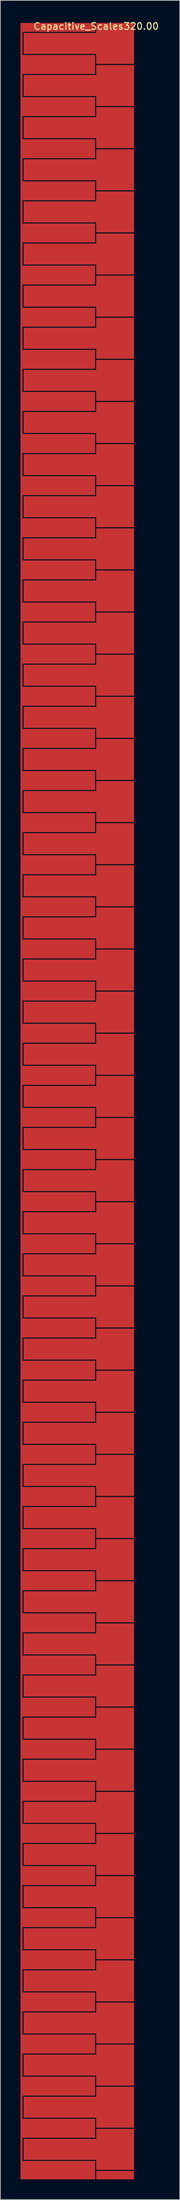
<source format=kicad_pcb>
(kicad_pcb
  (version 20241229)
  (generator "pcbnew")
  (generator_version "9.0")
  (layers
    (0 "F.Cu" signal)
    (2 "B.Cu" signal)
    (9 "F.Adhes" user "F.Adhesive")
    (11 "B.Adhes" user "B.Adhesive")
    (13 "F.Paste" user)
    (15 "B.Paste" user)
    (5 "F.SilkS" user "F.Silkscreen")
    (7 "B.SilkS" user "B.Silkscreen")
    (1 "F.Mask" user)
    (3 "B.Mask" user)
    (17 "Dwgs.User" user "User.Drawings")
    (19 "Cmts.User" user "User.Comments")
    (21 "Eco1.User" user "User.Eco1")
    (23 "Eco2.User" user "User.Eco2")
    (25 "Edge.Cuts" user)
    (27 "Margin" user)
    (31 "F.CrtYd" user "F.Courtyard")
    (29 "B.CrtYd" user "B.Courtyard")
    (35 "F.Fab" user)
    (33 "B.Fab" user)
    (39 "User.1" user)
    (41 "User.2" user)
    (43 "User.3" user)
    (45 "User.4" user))
  (footprint "Capacitive_Scales320.00"
    (layer "F.Cu")
    (at 11.253 0.348)
    (property "Reference" "Capacitive_Scales320.00" (at 0 0.5 0) (layer "F.SilkS") (effects (font (size 1 1) (thickness 0.15))))
    (attr through_hole)
    (fp_poly (pts (xy 0 318.75) (xy 0 320) (xy 5.64 320) (xy 5.64 318.75)) (stroke (width 0.001) (type solid)) (fill yes) (layer "F.Cu"))
    (fp_poly (pts (xy 0 0) (xy 0 1.482) (xy -10.8 1.482) (xy -10.8 4.607) (xy 0 4.607) (xy 0 6.09) (xy 5.64 6.09) (xy 5.64 0)) (stroke (width 0.001) (type solid)) (fill yes) (layer "F.Cu"))
    (fp_poly (pts (xy 0 6.25) (xy 0 7.732) (xy -10.8 7.732) (xy -10.8 10.857) (xy 0 10.857) (xy 0 12.34) (xy 5.64 12.34) (xy 5.64 6.25)) (stroke (width 0.001) (type solid)) (fill yes) (layer "F.Cu"))
    (fp_poly (pts (xy 0 12.5) (xy 0 13.982) (xy -10.8 13.982) (xy -10.8 17.108) (xy 0 17.108) (xy 0 18.59) (xy 5.64 18.59) (xy 5.64 12.5)) (stroke (width 0.001) (type solid)) (fill yes) (layer "F.Cu"))
    (fp_poly (pts (xy 0 18.75) (xy 0 20.233) (xy -10.8 20.233) (xy -10.8 23.358) (xy 0 23.358) (xy 0 24.84) (xy 5.64 24.84) (xy 5.64 18.75)) (stroke (width 0.001) (type solid)) (fill yes) (layer "F.Cu"))
    (fp_poly (pts (xy 0 25) (xy 0 26.483) (xy -10.8 26.483) (xy -10.8 29.608) (xy 0 29.608) (xy 0 31.09) (xy 5.64 31.09) (xy 5.64 25)) (stroke (width 0.001) (type solid)) (fill yes) (layer "F.Cu"))
    (fp_poly (pts (xy 0 31.25) (xy 0 32.733) (xy -10.8 32.733) (xy -10.8 35.858) (xy 0 35.858) (xy 0 37.34) (xy 5.64 37.34) (xy 5.64 31.25)) (stroke (width 0.001) (type solid)) (fill yes) (layer "F.Cu"))
    (fp_poly (pts (xy 0 37.5) (xy 0 38.983) (xy -10.8 38.983) (xy -10.8 42.108) (xy 0 42.108) (xy 0 43.59) (xy 5.64 43.59) (xy 5.64 37.5)) (stroke (width 0.001) (type solid)) (fill yes) (layer "F.Cu"))
    (fp_poly (pts (xy 0 43.75) (xy 0 45.233) (xy -10.8 45.233) (xy -10.8 48.358) (xy 0 48.358) (xy 0 49.84) (xy 5.64 49.84) (xy 5.64 43.75)) (stroke (width 0.001) (type solid)) (fill yes) (layer "F.Cu"))
    (fp_poly (pts (xy 0 50) (xy 0 51.483) (xy -10.8 51.483) (xy -10.8 54.608) (xy 0 54.608) (xy 0 56.09) (xy 5.64 56.09) (xy 5.64 50)) (stroke (width 0.001) (type solid)) (fill yes) (layer "F.Cu"))
    (fp_poly (pts (xy 0 56.25) (xy 0 57.733) (xy -10.8 57.733) (xy -10.8 60.858) (xy 0 60.858) (xy 0 62.34) (xy 5.64 62.34) (xy 5.64 56.25)) (stroke (width 0.001) (type solid)) (fill yes) (layer "F.Cu"))
    (fp_poly (pts (xy 0 62.5) (xy 0 63.983) (xy -10.8 63.983) (xy -10.8 67.108) (xy 0 67.108) (xy 0 68.59) (xy 5.64 68.59) (xy 5.64 62.5)) (stroke (width 0.001) (type solid)) (fill yes) (layer "F.Cu"))
    (fp_poly (pts (xy 0 68.75) (xy 0 70.233) (xy -10.8 70.233) (xy -10.8 73.358) (xy 0 73.358) (xy 0 74.84) (xy 5.64 74.84) (xy 5.64 68.75)) (stroke (width 0.001) (type solid)) (fill yes) (layer "F.Cu"))
    (fp_poly (pts (xy 0 75) (xy 0 76.483) (xy -10.8 76.483) (xy -10.8 79.608) (xy 0 79.608) (xy 0 81.09) (xy 5.64 81.09) (xy 5.64 75)) (stroke (width 0.001) (type solid)) (fill yes) (layer "F.Cu"))
    (fp_poly (pts (xy 0 81.25) (xy 0 82.733) (xy -10.8 82.733) (xy -10.8 85.858) (xy 0 85.858) (xy 0 87.34) (xy 5.64 87.34) (xy 5.64 81.25)) (stroke (width 0.001) (type solid)) (fill yes) (layer "F.Cu"))
    (fp_poly (pts (xy 0 87.5) (xy 0 88.983) (xy -10.8 88.983) (xy -10.8 92.108) (xy 0 92.108) (xy 0 93.59) (xy 5.64 93.59) (xy 5.64 87.5)) (stroke (width 0.001) (type solid)) (fill yes) (layer "F.Cu"))
    (fp_poly (pts (xy 0 93.75) (xy 0 95.233) (xy -10.8 95.233) (xy -10.8 98.358) (xy 0 98.358) (xy 0 99.84) (xy 5.64 99.84) (xy 5.64 93.75)) (stroke (width 0.001) (type solid)) (fill yes) (layer "F.Cu"))
    (fp_poly (pts (xy 0 100) (xy 0 101.483) (xy -10.8 101.483) (xy -10.8 104.608) (xy 0 104.608) (xy 0 106.09) (xy 5.64 106.09) (xy 5.64 100)) (stroke (width 0.001) (type solid)) (fill yes) (layer "F.Cu"))
    (fp_poly (pts (xy 0 106.25) (xy 0 107.733) (xy -10.8 107.733) (xy -10.8 110.858) (xy 0 110.858) (xy 0 112.34) (xy 5.64 112.34) (xy 5.64 106.25)) (stroke (width 0.001) (type solid)) (fill yes) (layer "F.Cu"))
    (fp_poly (pts (xy 0 112.5) (xy 0 113.983) (xy -10.8 113.983) (xy -10.8 117.108) (xy 0 117.108) (xy 0 118.59) (xy 5.64 118.59) (xy 5.64 112.5)) (stroke (width 0.001) (type solid)) (fill yes) (layer "F.Cu"))
    (fp_poly (pts (xy 0 118.75) (xy 0 120.233) (xy -10.8 120.233) (xy -10.8 123.358) (xy 0 123.358) (xy 0 124.84) (xy 5.64 124.84) (xy 5.64 118.75)) (stroke (width 0.001) (type solid)) (fill yes) (layer "F.Cu"))
    (fp_poly (pts (xy 0 125) (xy 0 126.483) (xy -10.8 126.483) (xy -10.8 129.607) (xy 0 129.607) (xy 0 131.09) (xy 5.64 131.09) (xy 5.64 125)) (stroke (width 0.001) (type solid)) (fill yes) (layer "F.Cu"))
    (fp_poly (pts (xy 0 131.25) (xy 0 132.732) (xy -10.8 132.732) (xy -10.8 135.857) (xy 0 135.857) (xy 0 137.34) (xy 5.64 137.34) (xy 5.64 131.25)) (stroke (width 0.001) (type solid)) (fill yes) (layer "F.Cu"))
    (fp_poly (pts (xy 0 137.5) (xy 0 138.982) (xy -10.8 138.982) (xy -10.8 142.107) (xy 0 142.107) (xy 0 143.59) (xy 5.64 143.59) (xy 5.64 137.5)) (stroke (width 0.001) (type solid)) (fill yes) (layer "F.Cu"))
    (fp_poly (pts (xy 0 143.75) (xy 0 145.232) (xy -10.8 145.232) (xy -10.8 148.357) (xy 0 148.357) (xy 0 149.84) (xy 5.64 149.84) (xy 5.64 143.75)) (stroke (width 0.001) (type solid)) (fill yes) (layer "F.Cu"))
    (fp_poly (pts (xy 0 150) (xy 0 151.482) (xy -10.8 151.482) (xy -10.8 154.607) (xy 0 154.607) (xy 0 156.09) (xy 5.64 156.09) (xy 5.64 150)) (stroke (width 0.001) (type solid)) (fill yes) (layer "F.Cu"))
    (fp_poly (pts (xy 0 156.25) (xy 0 157.732) (xy -10.8 157.732) (xy -10.8 160.857) (xy 0 160.857) (xy 0 162.34) (xy 5.64 162.34) (xy 5.64 156.25)) (stroke (width 0.001) (type solid)) (fill yes) (layer "F.Cu"))
    (fp_poly (pts (xy 0 162.5) (xy 0 163.982) (xy -10.8 163.982) (xy -10.8 167.107) (xy 0 167.107) (xy 0 168.59) (xy 5.64 168.59) (xy 5.64 162.5)) (stroke (width 0.001) (type solid)) (fill yes) (layer "F.Cu"))
    (fp_poly (pts (xy 0 168.75) (xy 0 170.232) (xy -10.8 170.232) (xy -10.8 173.357) (xy 0 173.357) (xy 0 174.84) (xy 5.64 174.84) (xy 5.64 168.75)) (stroke (width 0.001) (type solid)) (fill yes) (layer "F.Cu"))
    (fp_poly (pts (xy 0 175) (xy 0 176.482) (xy -10.8 176.482) (xy -10.8 179.607) (xy 0 179.607) (xy 0 181.09) (xy 5.64 181.09) (xy 5.64 175)) (stroke (width 0.001) (type solid)) (fill yes) (layer "F.Cu"))
    (fp_poly (pts (xy 0 181.25) (xy 0 182.732) (xy -10.8 182.732) (xy -10.8 185.857) (xy 0 185.857) (xy 0 187.34) (xy 5.64 187.34) (xy 5.64 181.25)) (stroke (width 0.001) (type solid)) (fill yes) (layer "F.Cu"))
    (fp_poly (pts (xy 0 187.5) (xy 0 188.982) (xy -10.8 188.982) (xy -10.8 192.107) (xy 0 192.107) (xy 0 193.59) (xy 5.64 193.59) (xy 5.64 187.5)) (stroke (width 0.001) (type solid)) (fill yes) (layer "F.Cu"))
    (fp_poly (pts (xy 0 193.75) (xy 0 195.232) (xy -10.8 195.232) (xy -10.8 198.357) (xy 0 198.357) (xy 0 199.84) (xy 5.64 199.84) (xy 5.64 193.75)) (stroke (width 0.001) (type solid)) (fill yes) (layer "F.Cu"))
    (fp_poly (pts (xy 0 200) (xy 0 201.482) (xy -10.8 201.482) (xy -10.8 204.607) (xy 0 204.607) (xy 0 206.09) (xy 5.64 206.09) (xy 5.64 200)) (stroke (width 0.001) (type solid)) (fill yes) (layer "F.Cu"))
    (fp_poly (pts (xy 0 206.25) (xy 0 207.732) (xy -10.8 207.732) (xy -10.8 210.857) (xy 0 210.857) (xy 0 212.34) (xy 5.64 212.34) (xy 5.64 206.25)) (stroke (width 0.001) (type solid)) (fill yes) (layer "F.Cu"))
    (fp_poly (pts (xy 0 212.5) (xy 0 213.982) (xy -10.8 213.982) (xy -10.8 217.107) (xy 0 217.107) (xy 0 218.59) (xy 5.64 218.59) (xy 5.64 212.5)) (stroke (width 0.001) (type solid)) (fill yes) (layer "F.Cu"))
    (fp_poly (pts (xy 0 218.75) (xy 0 220.232) (xy -10.8 220.232) (xy -10.8 223.357) (xy 0 223.357) (xy 0 224.84) (xy 5.64 224.84) (xy 5.64 218.75)) (stroke (width 0.001) (type solid)) (fill yes) (layer "F.Cu"))
    (fp_poly (pts (xy 0 225) (xy 0 226.482) (xy -10.8 226.482) (xy -10.8 229.607) (xy 0 229.607) (xy 0 231.09) (xy 5.64 231.09) (xy 5.64 225)) (stroke (width 0.001) (type solid)) (fill yes) (layer "F.Cu"))
    (fp_poly (pts (xy 0 231.25) (xy 0 232.732) (xy -10.8 232.732) (xy -10.8 235.857) (xy 0 235.857) (xy 0 237.34) (xy 5.64 237.34) (xy 5.64 231.25)) (stroke (width 0.001) (type solid)) (fill yes) (layer "F.Cu"))
    (fp_poly (pts (xy 0 237.5) (xy 0 238.982) (xy -10.8 238.982) (xy -10.8 242.107) (xy 0 242.107) (xy 0 243.59) (xy 5.64 243.59) (xy 5.64 237.5)) (stroke (width 0.001) (type solid)) (fill yes) (layer "F.Cu"))
    (fp_poly (pts (xy 0 243.75) (xy 0 245.232) (xy -10.8 245.232) (xy -10.8 248.357) (xy 0 248.357) (xy 0 249.84) (xy 5.64 249.84) (xy 5.64 243.75)) (stroke (width 0.001) (type solid)) (fill yes) (layer "F.Cu"))
    (fp_poly (pts (xy 0 250) (xy 0 251.482) (xy -10.8 251.482) (xy -10.8 254.607) (xy 0 254.607) (xy 0 256.09) (xy 5.64 256.09) (xy 5.64 250)) (stroke (width 0.001) (type solid)) (fill yes) (layer "F.Cu"))
    (fp_poly (pts (xy 0 256.25) (xy 0 257.733) (xy -10.8 257.733) (xy -10.8 260.858) (xy 0 260.858) (xy 0 262.34) (xy 5.64 262.34) (xy 5.64 256.25)) (stroke (width 0.001) (type solid)) (fill yes) (layer "F.Cu"))
    (fp_poly (pts (xy 0 262.5) (xy 0 263.983) (xy -10.8 263.983) (xy -10.8 267.108) (xy 0 267.108) (xy 0 268.59) (xy 5.64 268.59) (xy 5.64 262.5)) (stroke (width 0.001) (type solid)) (fill yes) (layer "F.Cu"))
    (fp_poly (pts (xy 0 268.75) (xy 0 270.233) (xy -10.8 270.233) (xy -10.8 273.358) (xy 0 273.358) (xy 0 274.84) (xy 5.64 274.84) (xy 5.64 268.75)) (stroke (width 0.001) (type solid)) (fill yes) (layer "F.Cu"))
    (fp_poly (pts (xy 0 275) (xy 0 276.483) (xy -10.8 276.483) (xy -10.8 279.608) (xy 0 279.608) (xy 0 281.09) (xy 5.64 281.09) (xy 5.64 275)) (stroke (width 0.001) (type solid)) (fill yes) (layer "F.Cu"))
    (fp_poly (pts (xy 0 281.25) (xy 0 282.733) (xy -10.8 282.733) (xy -10.8 285.858) (xy 0 285.858) (xy 0 287.34) (xy 5.64 287.34) (xy 5.64 281.25)) (stroke (width 0.001) (type solid)) (fill yes) (layer "F.Cu"))
    (fp_poly (pts (xy 0 287.5) (xy 0 288.983) (xy -10.8 288.983) (xy -10.8 292.108) (xy 0 292.108) (xy 0 293.59) (xy 5.64 293.59) (xy 5.64 287.5)) (stroke (width 0.001) (type solid)) (fill yes) (layer "F.Cu"))
    (fp_poly (pts (xy 0 293.75) (xy 0 295.233) (xy -10.8 295.233) (xy -10.8 298.358) (xy 0 298.358) (xy 0 299.84) (xy 5.64 299.84) (xy 5.64 293.75)) (stroke (width 0.001) (type solid)) (fill yes) (layer "F.Cu"))
    (fp_poly (pts (xy 0 300) (xy 0 301.483) (xy -10.8 301.483) (xy -10.8 304.608) (xy 0 304.608) (xy 0 306.09) (xy 5.64 306.09) (xy 5.64 300)) (stroke (width 0.001) (type solid)) (fill yes) (layer "F.Cu"))
    (fp_poly (pts (xy 0 306.25) (xy 0 307.733) (xy -10.8 307.733) (xy -10.8 310.858) (xy 0 310.858) (xy 0 312.34) (xy 5.64 312.34) (xy 5.64 306.25)) (stroke (width 0.001) (type solid)) (fill yes) (layer "F.Cu"))
    (fp_poly (pts (xy 0 312.5) (xy 0 313.983) (xy -10.8 313.983) (xy -10.8 317.108) (xy 0 317.108) (xy 0 318.59) (xy 5.64 318.59) (xy 5.64 312.5)) (stroke (width 0.001) (type solid)) (fill yes) (layer "F.Cu"))
    (fp_poly (pts (xy -0.152 0) (xy -0.152 1.33) (xy -10.952 1.33) (xy -10.952 4.76) (xy -0.152 4.76) (xy -0.152 6.09) (xy -0.152 6.25) (xy -0.152 7.58) (xy -10.952 7.58) (xy -10.952 11.01) (xy -0.152 11.01) (xy -0.152 12.34) (xy -0.152 12.5) (xy -0.152 13.83) (xy -10.952 13.83) (xy -10.952 17.26) (xy -0.152 17.26) (xy -0.152 18.59) (xy -0.152 18.75) (xy -0.152 20.08) (xy -10.952 20.08) (xy -10.952 23.51) (xy -0.152 23.51) (xy -0.152 24.84) (xy -0.152 25) (xy -0.152 26.33) (xy -10.952 26.33) (xy -10.952 29.76) (xy -0.152 29.76) (xy -0.152 31.09) (xy -0.152 31.25) (xy -0.152 32.58) (xy -10.952 32.58) (xy -10.952 36.01) (xy -0.152 36.01) (xy -0.152 37.34) (xy -0.152 37.5) (xy -0.152 38.83) (xy -10.952 38.83) (xy -10.952 42.26) (xy -0.152 42.26) (xy -0.152 43.59) (xy -0.152 43.75) (xy -0.152 45.08) (xy -10.952 45.08) (xy -10.952 48.51) (xy -0.152 48.51) (xy -0.152 49.84) (xy -0.152 50) (xy -0.152 51.33) (xy -10.952 51.33) (xy -10.952 54.76) (xy -0.152 54.76) (xy -0.152 56.09) (xy -0.152 56.25) (xy -0.152 57.58) (xy -10.952 57.58) (xy -10.952 61.01) (xy -0.152 61.01) (xy -0.152 62.34) (xy -0.152 62.5) (xy -0.152 63.83) (xy -10.952 63.83) (xy -10.952 67.26) (xy -0.152 67.26) (xy -0.152 68.59) (xy -0.152 68.75) (xy -0.152 70.08) (xy -10.952 70.08) (xy -10.952 73.51) (xy -0.152 73.51) (xy -0.152 74.84) (xy -0.152 75) (xy -0.152 76.33) (xy -10.952 76.33) (xy -10.952 79.76) (xy -0.152 79.76) (xy -0.152 81.09) (xy -0.152 81.25) (xy -0.152 82.58) (xy -10.952 82.58) (xy -10.952 86.01) (xy -0.152 86.01) (xy -0.152 87.34) (xy -0.152 87.5) (xy -0.152 88.83) (xy -10.952 88.83) (xy -10.952 92.26) (xy -0.152 92.26) (xy -0.152 93.59) (xy -0.152 93.75) (xy -0.152 95.08) (xy -10.952 95.08) (xy -10.952 98.51) (xy -0.152 98.51) (xy -0.152 99.84) (xy -0.152 100) (xy -0.152 101.33) (xy -10.952 101.33) (xy -10.952 104.76) (xy -0.152 104.76) (xy -0.152 106.09) (xy -0.152 106.25) (xy -0.152 107.58) (xy -10.952 107.58) (xy -10.952 111.01) (xy -0.152 111.01) (xy -0.152 112.34) (xy -0.152 112.5) (xy -0.152 113.83) (xy -10.952 113.83) (xy -10.952 117.26) (xy -0.152 117.26) (xy -0.152 118.59) (xy -0.152 118.75) (xy -0.152 120.08) (xy -10.952 120.08) (xy -10.952 123.51) (xy -0.152 123.51) (xy -0.152 124.84) (xy -0.152 125) (xy -0.152 126.33) (xy -10.952 126.33) (xy -10.952 129.76) (xy -0.152 129.76) (xy -0.152 131.09) (xy -0.152 131.25) (xy -0.152 132.58) (xy -10.952 132.58) (xy -10.952 136.01) (xy -0.152 136.01) (xy -0.152 137.34) (xy -0.152 137.5) (xy -0.152 138.83) (xy -10.952 138.83) (xy -10.952 142.26) (xy -0.152 142.26) (xy -0.152 143.59) (xy -0.152 143.75) (xy -0.152 145.08) (xy -10.952 145.08) (xy -10.952 148.51) (xy -0.152 148.51) (xy -0.152 149.84) (xy -0.152 150) (xy -0.152 151.33) (xy -10.952 151.33) (xy -10.952 154.76) (xy -0.152 154.76) (xy -0.152 156.09) (xy -0.152 156.25) (xy -0.152 157.58) (xy -10.952 157.58) (xy -10.952 161.01) (xy -0.152 161.01) (xy -0.152 162.34) (xy -0.152 162.5) (xy -0.152 163.83) (xy -10.952 163.83) (xy -10.952 167.26) (xy -0.152 167.26) (xy -0.152 168.59) (xy -0.152 168.75) (xy -0.152 170.08) (xy -10.952 170.08) (xy -10.952 173.51) (xy -0.152 173.51) (xy -0.152 174.84) (xy -0.152 175) (xy -0.152 176.33) (xy -10.952 176.33) (xy -10.952 179.76) (xy -0.152 179.76) (xy -0.152 181.09) (xy -0.152 181.25) (xy -0.152 182.58) (xy -10.952 182.58) (xy -10.952 186.01) (xy -0.152 186.01) (xy -0.152 187.34) (xy -0.152 187.5) (xy -0.152 188.83) (xy -10.952 188.83) (xy -10.952 192.26) (xy -0.152 192.26) (xy -0.152 193.59) (xy -0.152 193.75) (xy -0.152 195.08) (xy -10.952 195.08) (xy -10.952 198.51) (xy -0.152 198.51) (xy -0.152 199.84) (xy -0.152 200) (xy -0.152 201.33) (xy -10.952 201.33) (xy -10.952 204.76) (xy -0.152 204.76) (xy -0.152 206.09) (xy -0.152 206.25) (xy -0.152 207.58) (xy -10.952 207.58) (xy -10.952 211.01) (xy -0.152 211.01) (xy -0.152 212.34) (xy -0.152 212.5) (xy -0.152 213.83) (xy -10.952 213.83) (xy -10.952 217.26) (xy -0.152 217.26) (xy -0.152 218.59) (xy -0.152 218.75) (xy -0.152 220.08) (xy -10.952 220.08) (xy -10.952 223.51) (xy -0.152 223.51) (xy -0.152 224.84) (xy -0.152 225) (xy -0.152 226.33) (xy -10.952 226.33) (xy -10.952 229.76) (xy -0.152 229.76) (xy -0.152 231.09) (xy -0.152 231.25) (xy -0.152 232.58) (xy -10.952 232.58) (xy -10.952 236.01) (xy -0.152 236.01) (xy -0.152 237.34) (xy -0.152 237.5) (xy -0.152 238.83) (xy -10.952 238.83) (xy -10.952 242.26) (xy -0.152 242.26) (xy -0.152 243.59) (xy -0.152 243.75) (xy -0.152 245.08) (xy -10.952 245.08) (xy -10.952 248.51) (xy -0.152 248.51) (xy -0.152 249.84) (xy -0.152 250) (xy -0.152 251.33) (xy -10.952 251.33) (xy -10.952 254.76) (xy -0.152 254.76) (xy -0.152 256.09) (xy -0.152 256.25) (xy -0.152 257.58) (xy -10.952 257.58) (xy -10.952 261.01) (xy -0.152 261.01) (xy -0.152 262.34) (xy -0.152 262.5) (xy -0.152 263.83) (xy -10.952 263.83) (xy -10.952 267.26) (xy -0.152 267.26) (xy -0.152 268.59) (xy -0.152 268.75) (xy -0.152 270.08) (xy -10.952 270.08) (xy -10.952 273.51) (xy -0.152 273.51) (xy -0.152 274.84) (xy -0.152 275) (xy -0.152 276.33) (xy -10.952 276.33) (xy -10.952 279.76) (xy -0.152 279.76) (xy -0.152 281.09) (xy -0.152 281.25) (xy -0.152 282.58) (xy -10.952 282.58) (xy -10.952 286.01) (xy -0.152 286.01) (xy -0.152 287.34) (xy -0.152 287.5) (xy -0.152 288.83) (xy -10.952 288.83) (xy -10.952 292.26) (xy -0.152 292.26) (xy -0.152 293.59) (xy -0.152 293.75) (xy -0.152 295.08) (xy -10.952 295.08) (xy -10.952 298.51) (xy -0.152 298.51) (xy -0.152 299.84) (xy -0.152 300) (xy -0.152 301.33) (xy -10.952 301.33) (xy -10.952 304.76) (xy -0.152 304.76) (xy -0.152 306.09) (xy -0.152 306.25) (xy -0.152 307.58) (xy -10.952 307.58) (xy -10.952 311.01) (xy -0.152 311.01) (xy -0.152 312.34) (xy -0.152 312.5) (xy -0.152 313.83) (xy -10.952 313.83) (xy -10.952 317.26) (xy -0.152 317.26) (xy -0.152 318.59) (xy -0.152 318.75) (xy -0.152 320) (xy -11.252 320) (xy -11.252 0)) (stroke (width 0.001) (type solid)) (fill yes) (layer "F.Cu")))
  (gr_rect
    (start -3 -3)
    (end 23.687 323.349)
    (stroke (width 0.1) (type default))
    (fill no)
    (layer "Edge.Cuts")))
</source>
